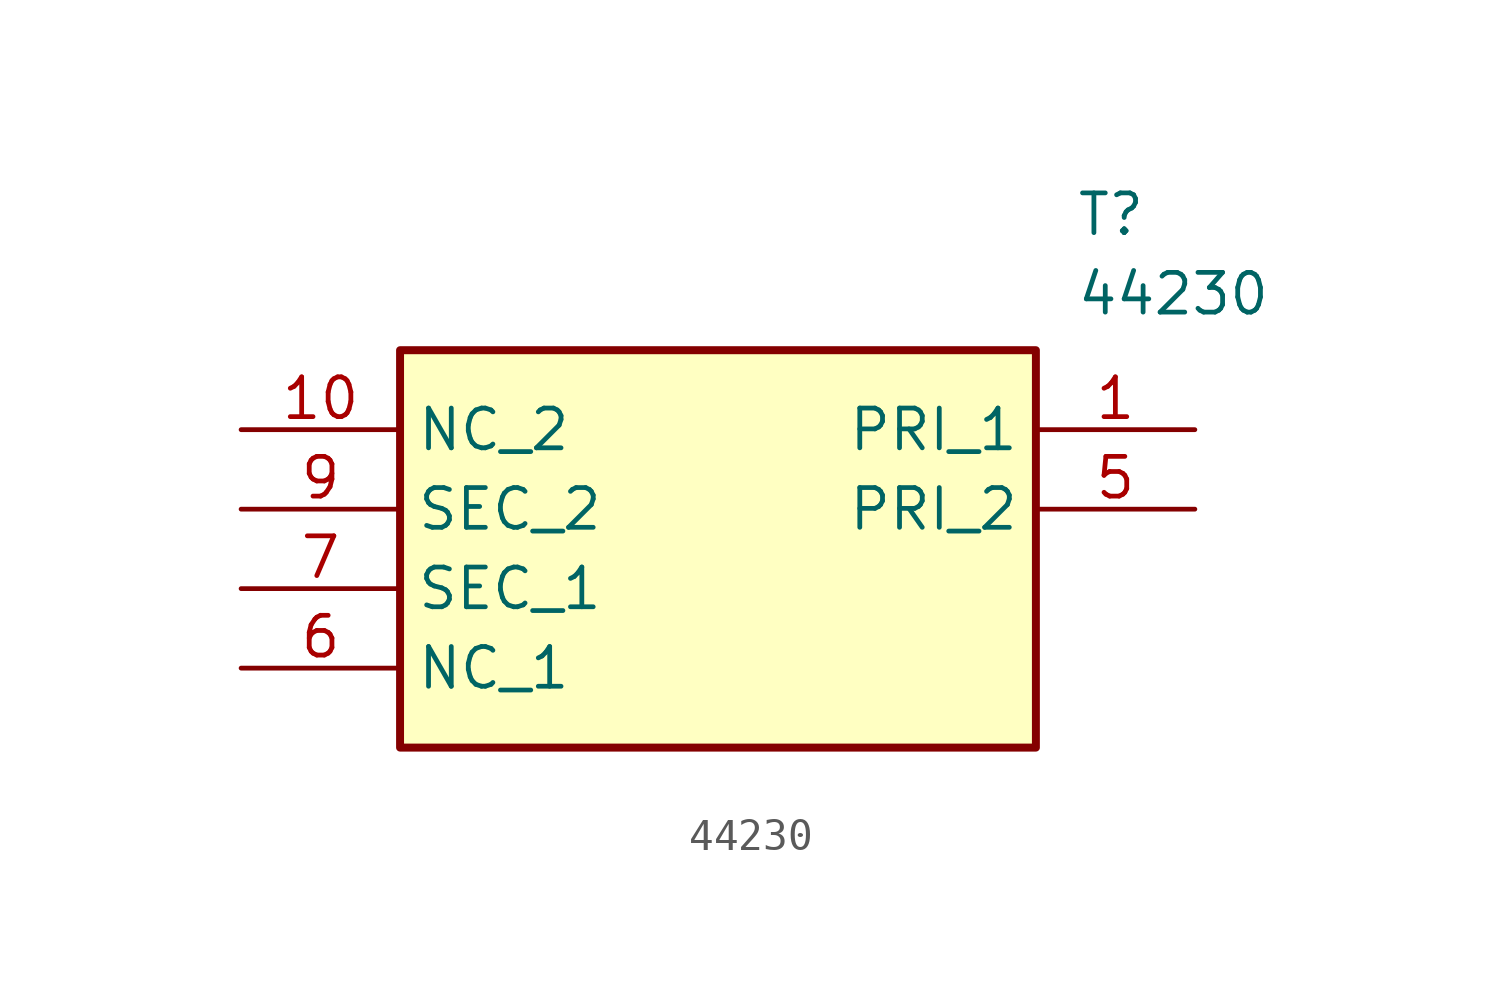
<source format=kicad_sym>
(kicad_symbol_lib
  (version 20211014)
  (generator SamacSys_ECAD_Model)
  (symbol "44230"
    (property "Reference" "T"
      (at 26.67 7.62 0)
      (effects (font (size 1.27 1.27)) (justify left top)))
    (property "Value" "44230"
      (at 26.67 5.08 0)
      (effects (font (size 1.27 1.27)) (justify left top)))
    (rectangle
      (start 5.08 2.54)
      (end 25.4 -10.16)
      (stroke (width 0.254) (type default))
      (fill (type background)))
    (pin passive line
      (at 30.48 0 180)
      (length 5.08)
      (name "PRI_1" (effects (font (size 1.27 1.27))))
      (number "1" (effects (font (size 1.27 1.27)))))
    (pin passive line
      (at 30.48 -2.54 180)
      (length 5.08)
      (name "PRI_2" (effects (font (size 1.27 1.27))))
      (number "5" (effects (font (size 1.27 1.27)))))
    (pin passive line
      (at 0 -7.62 0)
      (length 5.08)
      (name "NC_1" (effects (font (size 1.27 1.27))))
      (number "6" (effects (font (size 1.27 1.27)))))
    (pin passive line
      (at 0 -5.08 0)
      (length 5.08)
      (name "SEC_1" (effects (font (size 1.27 1.27))))
      (number "7" (effects (font (size 1.27 1.27)))))
    (pin passive line
      (at 0 -2.54 0)
      (length 5.08)
      (name "SEC_2" (effects (font (size 1.27 1.27))))
      (number "9" (effects (font (size 1.27 1.27)))))
    (pin passive line
      (at 0 0 0)
      (length 5.08)
      (name "NC_2" (effects (font (size 1.27 1.27))))
      (number "10" (effects (font (size 1.27 1.27)))))))
</source>
